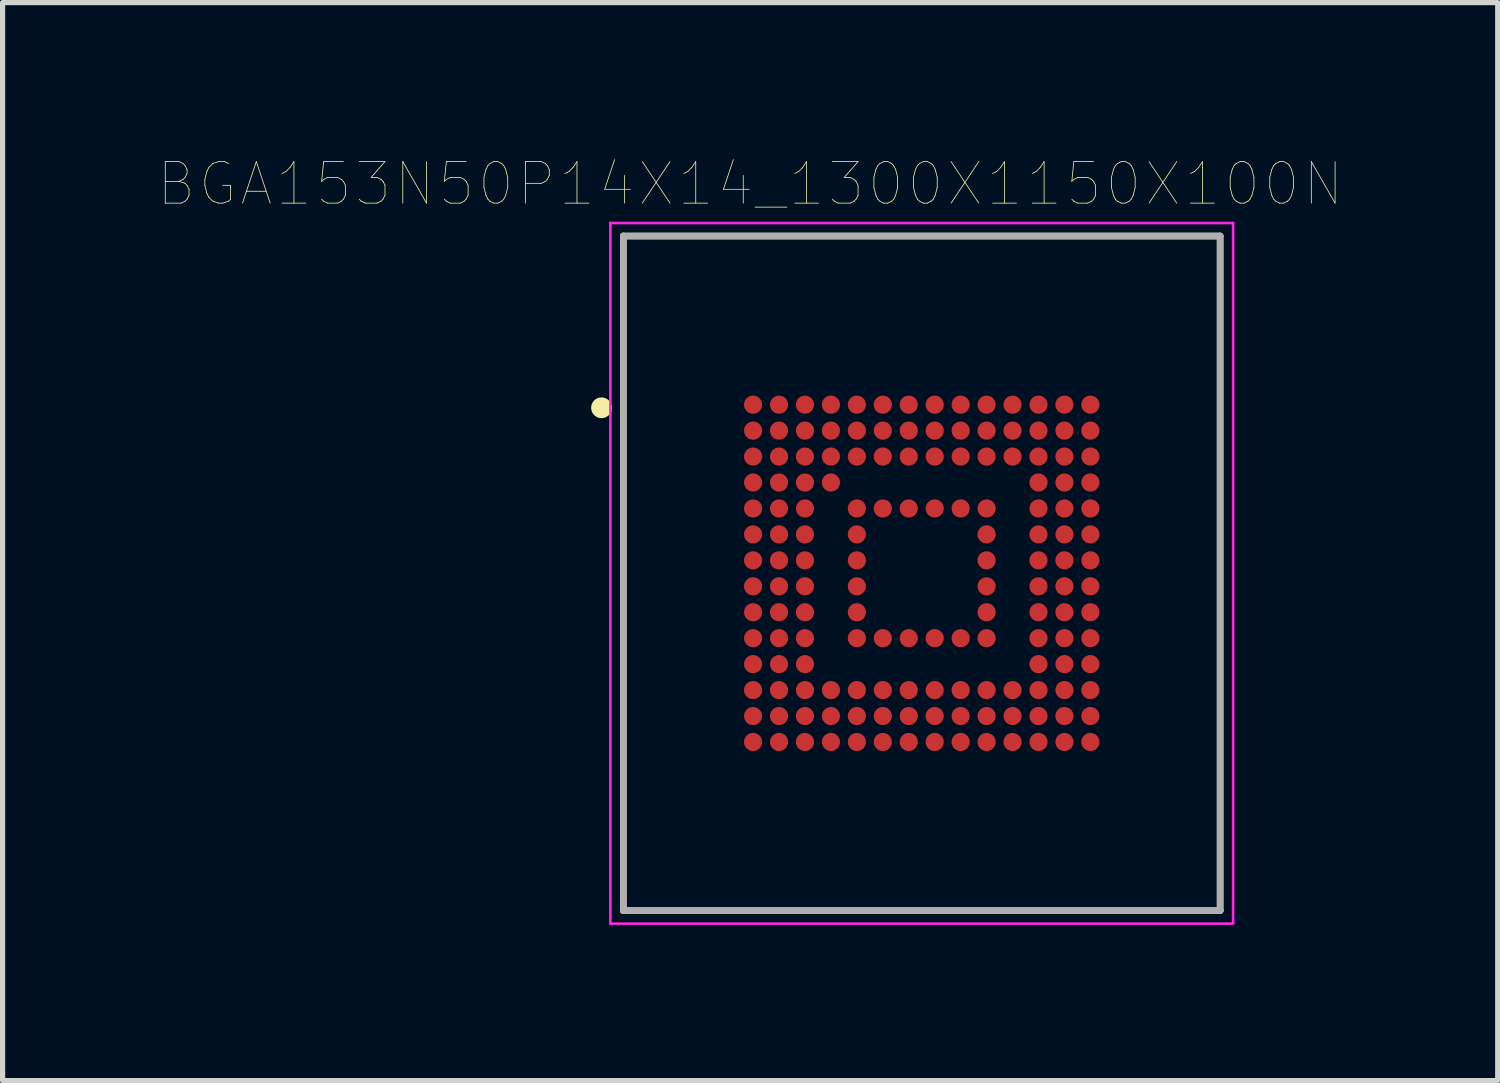
<source format=kicad_pcb>
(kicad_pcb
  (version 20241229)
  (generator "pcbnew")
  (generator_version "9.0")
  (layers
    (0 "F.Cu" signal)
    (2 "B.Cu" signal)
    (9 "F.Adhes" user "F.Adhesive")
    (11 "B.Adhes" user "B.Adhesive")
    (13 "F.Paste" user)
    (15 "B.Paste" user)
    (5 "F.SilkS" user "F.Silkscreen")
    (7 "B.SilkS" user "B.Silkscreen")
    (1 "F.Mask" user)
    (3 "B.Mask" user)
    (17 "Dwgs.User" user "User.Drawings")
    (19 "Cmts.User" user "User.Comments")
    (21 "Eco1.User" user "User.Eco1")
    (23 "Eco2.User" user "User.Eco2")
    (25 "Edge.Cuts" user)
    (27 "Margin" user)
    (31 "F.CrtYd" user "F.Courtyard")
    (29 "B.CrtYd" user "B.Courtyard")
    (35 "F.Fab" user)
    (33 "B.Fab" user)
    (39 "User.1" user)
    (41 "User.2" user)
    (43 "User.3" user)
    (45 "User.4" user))
  (footprint "BGA153N50P14X14_1300X1150X100N"
    (layer "F.Cu")
    (at 14.712 7.998)
    (property "Reference" "BGA153N50P14X14_1300X1150X100N" (at -3.306 -7.503 0) (layer "F.SilkS") (effects (font (size 0.801 0.801) (thickness 0.015))))
    (attr through_hole)
    (fp_line (start -5.75 -6.5) (end -5.75 6.5) (stroke (width 0.127) (type solid)) (layer "F.SilkS"))
    (fp_line (start -5.75 6.5) (end 5.75 6.5) (stroke (width 0.127) (type solid)) (layer "F.SilkS"))
    (fp_line (start 5.75 -6.5) (end -5.75 -6.5) (stroke (width 0.127) (type solid)) (layer "F.SilkS"))
    (fp_line (start 5.75 6.5) (end 5.75 -6.5) (stroke (width 0.127) (type solid)) (layer "F.SilkS"))
    (fp_circle (center -6.171 -3.19) (end -6.071 -3.19) (stroke (width 0.2) (type solid)) (fill no) (layer "F.SilkS"))
    (fp_line (start -6 -6.75) (end -6 6.75) (stroke (width 0.05) (type solid)) (layer "F.CrtYd"))
    (fp_line (start -6 6.75) (end 6 6.75) (stroke (width 0.05) (type solid)) (layer "F.CrtYd"))
    (fp_line (start 6 -6.75) (end -6 -6.75) (stroke (width 0.05) (type solid)) (layer "F.CrtYd"))
    (fp_line (start 6 6.75) (end 6 -6.75) (stroke (width 0.05) (type solid)) (layer "F.CrtYd"))
    (fp_line (start -5.75 -6.5) (end -5.75 6.5) (stroke (width 0.127) (type solid)) (layer "F.Fab"))
    (fp_line (start -5.75 6.5) (end 5.75 6.5) (stroke (width 0.127) (type solid)) (layer "F.Fab"))
    (fp_line (start 5.75 -6.5) (end -5.75 -6.5) (stroke (width 0.127) (type solid)) (layer "F.Fab"))
    (fp_line (start 5.75 6.5) (end 5.75 -6.5) (stroke (width 0.127) (type solid)) (layer "F.Fab"))
    (pad "A1" smd circle (at -3.25 -3.25) (size 0.35 0.35) (layers "F.Cu" "F.Mask" "F.Paste"))
    (pad "A2" smd circle (at -2.75 -3.25) (size 0.35 0.35) (layers "F.Cu" "F.Mask" "F.Paste"))
    (pad "A3" smd circle (at -2.25 -3.25) (size 0.35 0.35) (layers "F.Cu" "F.Mask" "F.Paste"))
    (pad "A4" smd circle (at -1.75 -3.25) (size 0.35 0.35) (layers "F.Cu" "F.Mask" "F.Paste"))
    (pad "A5" smd circle (at -1.25 -3.25) (size 0.35 0.35) (layers "F.Cu" "F.Mask" "F.Paste"))
    (pad "A6" smd circle (at -0.75 -3.25) (size 0.35 0.35) (layers "F.Cu" "F.Mask" "F.Paste"))
    (pad "A7" smd circle (at -0.25 -3.25) (size 0.35 0.35) (layers "F.Cu" "F.Mask" "F.Paste"))
    (pad "A8" smd circle (at 0.25 -3.25) (size 0.35 0.35) (layers "F.Cu" "F.Mask" "F.Paste"))
    (pad "A9" smd circle (at 0.75 -3.25) (size 0.35 0.35) (layers "F.Cu" "F.Mask" "F.Paste"))
    (pad "A10" smd circle (at 1.25 -3.25) (size 0.35 0.35) (layers "F.Cu" "F.Mask" "F.Paste"))
    (pad "A11" smd circle (at 1.75 -3.25) (size 0.35 0.35) (layers "F.Cu" "F.Mask" "F.Paste"))
    (pad "A12" smd circle (at 2.25 -3.25) (size 0.35 0.35) (layers "F.Cu" "F.Mask" "F.Paste"))
    (pad "A13" smd circle (at 2.75 -3.25) (size 0.35 0.35) (layers "F.Cu" "F.Mask" "F.Paste"))
    (pad "A14" smd circle (at 3.25 -3.25) (size 0.35 0.35) (layers "F.Cu" "F.Mask" "F.Paste"))
    (pad "B1" smd circle (at -3.25 -2.75) (size 0.35 0.35) (layers "F.Cu" "F.Mask" "F.Paste"))
    (pad "B2" smd circle (at -2.75 -2.75) (size 0.35 0.35) (layers "F.Cu" "F.Mask" "F.Paste"))
    (pad "B3" smd circle (at -2.25 -2.75) (size 0.35 0.35) (layers "F.Cu" "F.Mask" "F.Paste"))
    (pad "B4" smd circle (at -1.75 -2.75) (size 0.35 0.35) (layers "F.Cu" "F.Mask" "F.Paste"))
    (pad "B5" smd circle (at -1.25 -2.75) (size 0.35 0.35) (layers "F.Cu" "F.Mask" "F.Paste"))
    (pad "B6" smd circle (at -0.75 -2.75) (size 0.35 0.35) (layers "F.Cu" "F.Mask" "F.Paste"))
    (pad "B7" smd circle (at -0.25 -2.75) (size 0.35 0.35) (layers "F.Cu" "F.Mask" "F.Paste"))
    (pad "B8" smd circle (at 0.25 -2.75) (size 0.35 0.35) (layers "F.Cu" "F.Mask" "F.Paste"))
    (pad "B9" smd circle (at 0.75 -2.75) (size 0.35 0.35) (layers "F.Cu" "F.Mask" "F.Paste"))
    (pad "B10" smd circle (at 1.25 -2.75) (size 0.35 0.35) (layers "F.Cu" "F.Mask" "F.Paste"))
    (pad "B11" smd circle (at 1.75 -2.75) (size 0.35 0.35) (layers "F.Cu" "F.Mask" "F.Paste"))
    (pad "B12" smd circle (at 2.25 -2.75) (size 0.35 0.35) (layers "F.Cu" "F.Mask" "F.Paste"))
    (pad "B13" smd circle (at 2.75 -2.75) (size 0.35 0.35) (layers "F.Cu" "F.Mask" "F.Paste"))
    (pad "B14" smd circle (at 3.25 -2.75) (size 0.35 0.35) (layers "F.Cu" "F.Mask" "F.Paste"))
    (pad "C1" smd circle (at -3.25 -2.25) (size 0.35 0.35) (layers "F.Cu" "F.Mask" "F.Paste"))
    (pad "C2" smd circle (at -2.75 -2.25) (size 0.35 0.35) (layers "F.Cu" "F.Mask" "F.Paste"))
    (pad "C3" smd circle (at -2.25 -2.25) (size 0.35 0.35) (layers "F.Cu" "F.Mask" "F.Paste"))
    (pad "C4" smd circle (at -1.75 -2.25) (size 0.35 0.35) (layers "F.Cu" "F.Mask" "F.Paste"))
    (pad "C5" smd circle (at -1.25 -2.25) (size 0.35 0.35) (layers "F.Cu" "F.Mask" "F.Paste"))
    (pad "C6" smd circle (at -0.75 -2.25) (size 0.35 0.35) (layers "F.Cu" "F.Mask" "F.Paste"))
    (pad "C7" smd circle (at -0.25 -2.25) (size 0.35 0.35) (layers "F.Cu" "F.Mask" "F.Paste"))
    (pad "C8" smd circle (at 0.25 -2.25) (size 0.35 0.35) (layers "F.Cu" "F.Mask" "F.Paste"))
    (pad "C9" smd circle (at 0.75 -2.25) (size 0.35 0.35) (layers "F.Cu" "F.Mask" "F.Paste"))
    (pad "C10" smd circle (at 1.25 -2.25) (size 0.35 0.35) (layers "F.Cu" "F.Mask" "F.Paste"))
    (pad "C11" smd circle (at 1.75 -2.25) (size 0.35 0.35) (layers "F.Cu" "F.Mask" "F.Paste"))
    (pad "C12" smd circle (at 2.25 -2.25) (size 0.35 0.35) (layers "F.Cu" "F.Mask" "F.Paste"))
    (pad "C13" smd circle (at 2.75 -2.25) (size 0.35 0.35) (layers "F.Cu" "F.Mask" "F.Paste"))
    (pad "C14" smd circle (at 3.25 -2.25) (size 0.35 0.35) (layers "F.Cu" "F.Mask" "F.Paste"))
    (pad "D1" smd circle (at -3.25 -1.75) (size 0.35 0.35) (layers "F.Cu" "F.Mask" "F.Paste"))
    (pad "D2" smd circle (at -2.75 -1.75) (size 0.35 0.35) (layers "F.Cu" "F.Mask" "F.Paste"))
    (pad "D3" smd circle (at -2.25 -1.75) (size 0.35 0.35) (layers "F.Cu" "F.Mask" "F.Paste"))
    (pad "D4" smd circle (at -1.75 -1.75) (size 0.35 0.35) (layers "F.Cu" "F.Mask" "F.Paste"))
    (pad "D12" smd circle (at 2.25 -1.75) (size 0.35 0.35) (layers "F.Cu" "F.Mask" "F.Paste"))
    (pad "D13" smd circle (at 2.75 -1.75) (size 0.35 0.35) (layers "F.Cu" "F.Mask" "F.Paste"))
    (pad "D14" smd circle (at 3.25 -1.75) (size 0.35 0.35) (layers "F.Cu" "F.Mask" "F.Paste"))
    (pad "E1" smd circle (at -3.25 -1.25) (size 0.35 0.35) (layers "F.Cu" "F.Mask" "F.Paste"))
    (pad "E2" smd circle (at -2.75 -1.25) (size 0.35 0.35) (layers "F.Cu" "F.Mask" "F.Paste"))
    (pad "E3" smd circle (at -2.25 -1.25) (size 0.35 0.35) (layers "F.Cu" "F.Mask" "F.Paste"))
    (pad "E5" smd circle (at -1.25 -1.25) (size 0.35 0.35) (layers "F.Cu" "F.Mask" "F.Paste"))
    (pad "E6" smd circle (at -0.75 -1.25) (size 0.35 0.35) (layers "F.Cu" "F.Mask" "F.Paste"))
    (pad "E7" smd circle (at -0.25 -1.25) (size 0.35 0.35) (layers "F.Cu" "F.Mask" "F.Paste"))
    (pad "E8" smd circle (at 0.25 -1.25) (size 0.35 0.35) (layers "F.Cu" "F.Mask" "F.Paste"))
    (pad "E9" smd circle (at 0.75 -1.25) (size 0.35 0.35) (layers "F.Cu" "F.Mask" "F.Paste"))
    (pad "E10" smd circle (at 1.25 -1.25) (size 0.35 0.35) (layers "F.Cu" "F.Mask" "F.Paste"))
    (pad "E12" smd circle (at 2.25 -1.25) (size 0.35 0.35) (layers "F.Cu" "F.Mask" "F.Paste"))
    (pad "E13" smd circle (at 2.75 -1.25) (size 0.35 0.35) (layers "F.Cu" "F.Mask" "F.Paste"))
    (pad "E14" smd circle (at 3.25 -1.25) (size 0.35 0.35) (layers "F.Cu" "F.Mask" "F.Paste"))
    (pad "F1" smd circle (at -3.25 -0.75) (size 0.35 0.35) (layers "F.Cu" "F.Mask" "F.Paste"))
    (pad "F2" smd circle (at -2.75 -0.75) (size 0.35 0.35) (layers "F.Cu" "F.Mask" "F.Paste"))
    (pad "F3" smd circle (at -2.25 -0.75) (size 0.35 0.35) (layers "F.Cu" "F.Mask" "F.Paste"))
    (pad "F5" smd circle (at -1.25 -0.75) (size 0.35 0.35) (layers "F.Cu" "F.Mask" "F.Paste"))
    (pad "F10" smd circle (at 1.25 -0.75) (size 0.35 0.35) (layers "F.Cu" "F.Mask" "F.Paste"))
    (pad "F12" smd circle (at 2.25 -0.75) (size 0.35 0.35) (layers "F.Cu" "F.Mask" "F.Paste"))
    (pad "F13" smd circle (at 2.75 -0.75) (size 0.35 0.35) (layers "F.Cu" "F.Mask" "F.Paste"))
    (pad "F14" smd circle (at 3.25 -0.75) (size 0.35 0.35) (layers "F.Cu" "F.Mask" "F.Paste"))
    (pad "G1" smd circle (at -3.25 -0.25) (size 0.35 0.35) (layers "F.Cu" "F.Mask" "F.Paste"))
    (pad "G2" smd circle (at -2.75 -0.25) (size 0.35 0.35) (layers "F.Cu" "F.Mask" "F.Paste"))
    (pad "G3" smd circle (at -2.25 -0.25) (size 0.35 0.35) (layers "F.Cu" "F.Mask" "F.Paste"))
    (pad "G5" smd circle (at -1.25 -0.25) (size 0.35 0.35) (layers "F.Cu" "F.Mask" "F.Paste"))
    (pad "G10" smd circle (at 1.25 -0.25) (size 0.35 0.35) (layers "F.Cu" "F.Mask" "F.Paste"))
    (pad "G12" smd circle (at 2.25 -0.25) (size 0.35 0.35) (layers "F.Cu" "F.Mask" "F.Paste"))
    (pad "G13" smd circle (at 2.75 -0.25) (size 0.35 0.35) (layers "F.Cu" "F.Mask" "F.Paste"))
    (pad "G14" smd circle (at 3.25 -0.25) (size 0.35 0.35) (layers "F.Cu" "F.Mask" "F.Paste"))
    (pad "H1" smd circle (at -3.25 0.25) (size 0.35 0.35) (layers "F.Cu" "F.Mask" "F.Paste"))
    (pad "H2" smd circle (at -2.75 0.25) (size 0.35 0.35) (layers "F.Cu" "F.Mask" "F.Paste"))
    (pad "H3" smd circle (at -2.25 0.25) (size 0.35 0.35) (layers "F.Cu" "F.Mask" "F.Paste"))
    (pad "H5" smd circle (at -1.25 0.25) (size 0.35 0.35) (layers "F.Cu" "F.Mask" "F.Paste"))
    (pad "H10" smd circle (at 1.25 0.25) (size 0.35 0.35) (layers "F.Cu" "F.Mask" "F.Paste"))
    (pad "H12" smd circle (at 2.25 0.25) (size 0.35 0.35) (layers "F.Cu" "F.Mask" "F.Paste"))
    (pad "H13" smd circle (at 2.75 0.25) (size 0.35 0.35) (layers "F.Cu" "F.Mask" "F.Paste"))
    (pad "H14" smd circle (at 3.25 0.25) (size 0.35 0.35) (layers "F.Cu" "F.Mask" "F.Paste"))
    (pad "J1" smd circle (at -3.25 0.75) (size 0.35 0.35) (layers "F.Cu" "F.Mask" "F.Paste"))
    (pad "J2" smd circle (at -2.75 0.75) (size 0.35 0.35) (layers "F.Cu" "F.Mask" "F.Paste"))
    (pad "J3" smd circle (at -2.25 0.75) (size 0.35 0.35) (layers "F.Cu" "F.Mask" "F.Paste"))
    (pad "J5" smd circle (at -1.25 0.75) (size 0.35 0.35) (layers "F.Cu" "F.Mask" "F.Paste"))
    (pad "J10" smd circle (at 1.25 0.75) (size 0.35 0.35) (layers "F.Cu" "F.Mask" "F.Paste"))
    (pad "J12" smd circle (at 2.25 0.75) (size 0.35 0.35) (layers "F.Cu" "F.Mask" "F.Paste"))
    (pad "J13" smd circle (at 2.75 0.75) (size 0.35 0.35) (layers "F.Cu" "F.Mask" "F.Paste"))
    (pad "J14" smd circle (at 3.25 0.75) (size 0.35 0.35) (layers "F.Cu" "F.Mask" "F.Paste"))
    (pad "K1" smd circle (at -3.25 1.25) (size 0.35 0.35) (layers "F.Cu" "F.Mask" "F.Paste"))
    (pad "K2" smd circle (at -2.75 1.25) (size 0.35 0.35) (layers "F.Cu" "F.Mask" "F.Paste"))
    (pad "K3" smd circle (at -2.25 1.25) (size 0.35 0.35) (layers "F.Cu" "F.Mask" "F.Paste"))
    (pad "K5" smd circle (at -1.25 1.25) (size 0.35 0.35) (layers "F.Cu" "F.Mask" "F.Paste"))
    (pad "K6" smd circle (at -0.75 1.25) (size 0.35 0.35) (layers "F.Cu" "F.Mask" "F.Paste"))
    (pad "K7" smd circle (at -0.25 1.25) (size 0.35 0.35) (layers "F.Cu" "F.Mask" "F.Paste"))
    (pad "K8" smd circle (at 0.25 1.25) (size 0.35 0.35) (layers "F.Cu" "F.Mask" "F.Paste"))
    (pad "K9" smd circle (at 0.75 1.25) (size 0.35 0.35) (layers "F.Cu" "F.Mask" "F.Paste"))
    (pad "K10" smd circle (at 1.25 1.25) (size 0.35 0.35) (layers "F.Cu" "F.Mask" "F.Paste"))
    (pad "K12" smd circle (at 2.25 1.25) (size 0.35 0.35) (layers "F.Cu" "F.Mask" "F.Paste"))
    (pad "K13" smd circle (at 2.75 1.25) (size 0.35 0.35) (layers "F.Cu" "F.Mask" "F.Paste"))
    (pad "K14" smd circle (at 3.25 1.25) (size 0.35 0.35) (layers "F.Cu" "F.Mask" "F.Paste"))
    (pad "L1" smd circle (at -3.25 1.75) (size 0.35 0.35) (layers "F.Cu" "F.Mask" "F.Paste"))
    (pad "L2" smd circle (at -2.75 1.75) (size 0.35 0.35) (layers "F.Cu" "F.Mask" "F.Paste"))
    (pad "L3" smd circle (at -2.25 1.75) (size 0.35 0.35) (layers "F.Cu" "F.Mask" "F.Paste"))
    (pad "L12" smd circle (at 2.25 1.75) (size 0.35 0.35) (layers "F.Cu" "F.Mask" "F.Paste"))
    (pad "L13" smd circle (at 2.75 1.75) (size 0.35 0.35) (layers "F.Cu" "F.Mask" "F.Paste"))
    (pad "L14" smd circle (at 3.25 1.75) (size 0.35 0.35) (layers "F.Cu" "F.Mask" "F.Paste"))
    (pad "M1" smd circle (at -3.25 2.25) (size 0.35 0.35) (layers "F.Cu" "F.Mask" "F.Paste"))
    (pad "M2" smd circle (at -2.75 2.25) (size 0.35 0.35) (layers "F.Cu" "F.Mask" "F.Paste"))
    (pad "M3" smd circle (at -2.25 2.25) (size 0.35 0.35) (layers "F.Cu" "F.Mask" "F.Paste"))
    (pad "M4" smd circle (at -1.75 2.25) (size 0.35 0.35) (layers "F.Cu" "F.Mask" "F.Paste"))
    (pad "M5" smd circle (at -1.25 2.25) (size 0.35 0.35) (layers "F.Cu" "F.Mask" "F.Paste"))
    (pad "M6" smd circle (at -0.75 2.25) (size 0.35 0.35) (layers "F.Cu" "F.Mask" "F.Paste"))
    (pad "M7" smd circle (at -0.25 2.25) (size 0.35 0.35) (layers "F.Cu" "F.Mask" "F.Paste"))
    (pad "M8" smd circle (at 0.25 2.25) (size 0.35 0.35) (layers "F.Cu" "F.Mask" "F.Paste"))
    (pad "M9" smd circle (at 0.75 2.25) (size 0.35 0.35) (layers "F.Cu" "F.Mask" "F.Paste"))
    (pad "M10" smd circle (at 1.25 2.25) (size 0.35 0.35) (layers "F.Cu" "F.Mask" "F.Paste"))
    (pad "M11" smd circle (at 1.75 2.25) (size 0.35 0.35) (layers "F.Cu" "F.Mask" "F.Paste"))
    (pad "M12" smd circle (at 2.25 2.25) (size 0.35 0.35) (layers "F.Cu" "F.Mask" "F.Paste"))
    (pad "M13" smd circle (at 2.75 2.25) (size 0.35 0.35) (layers "F.Cu" "F.Mask" "F.Paste"))
    (pad "M14" smd circle (at 3.25 2.25) (size 0.35 0.35) (layers "F.Cu" "F.Mask" "F.Paste"))
    (pad "N1" smd circle (at -3.25 2.75) (size 0.35 0.35) (layers "F.Cu" "F.Mask" "F.Paste"))
    (pad "N2" smd circle (at -2.75 2.75) (size 0.35 0.35) (layers "F.Cu" "F.Mask" "F.Paste"))
    (pad "N3" smd circle (at -2.25 2.75) (size 0.35 0.35) (layers "F.Cu" "F.Mask" "F.Paste"))
    (pad "N4" smd circle (at -1.75 2.75) (size 0.35 0.35) (layers "F.Cu" "F.Mask" "F.Paste"))
    (pad "N5" smd circle (at -1.25 2.75) (size 0.35 0.35) (layers "F.Cu" "F.Mask" "F.Paste"))
    (pad "N6" smd circle (at -0.75 2.75) (size 0.35 0.35) (layers "F.Cu" "F.Mask" "F.Paste"))
    (pad "N7" smd circle (at -0.25 2.75) (size 0.35 0.35) (layers "F.Cu" "F.Mask" "F.Paste"))
    (pad "N8" smd circle (at 0.25 2.75) (size 0.35 0.35) (layers "F.Cu" "F.Mask" "F.Paste"))
    (pad "N9" smd circle (at 0.75 2.75) (size 0.35 0.35) (layers "F.Cu" "F.Mask" "F.Paste"))
    (pad "N10" smd circle (at 1.25 2.75) (size 0.35 0.35) (layers "F.Cu" "F.Mask" "F.Paste"))
    (pad "N11" smd circle (at 1.75 2.75) (size 0.35 0.35) (layers "F.Cu" "F.Mask" "F.Paste"))
    (pad "N12" smd circle (at 2.25 2.75) (size 0.35 0.35) (layers "F.Cu" "F.Mask" "F.Paste"))
    (pad "N13" smd circle (at 2.75 2.75) (size 0.35 0.35) (layers "F.Cu" "F.Mask" "F.Paste"))
    (pad "N14" smd circle (at 3.25 2.75) (size 0.35 0.35) (layers "F.Cu" "F.Mask" "F.Paste"))
    (pad "P1" smd circle (at -3.25 3.25) (size 0.35 0.35) (layers "F.Cu" "F.Mask" "F.Paste"))
    (pad "P2" smd circle (at -2.75 3.25) (size 0.35 0.35) (layers "F.Cu" "F.Mask" "F.Paste"))
    (pad "P3" smd circle (at -2.25 3.25) (size 0.35 0.35) (layers "F.Cu" "F.Mask" "F.Paste"))
    (pad "P4" smd circle (at -1.75 3.25) (size 0.35 0.35) (layers "F.Cu" "F.Mask" "F.Paste"))
    (pad "P5" smd circle (at -1.25 3.25) (size 0.35 0.35) (layers "F.Cu" "F.Mask" "F.Paste"))
    (pad "P6" smd circle (at -0.75 3.25) (size 0.35 0.35) (layers "F.Cu" "F.Mask" "F.Paste"))
    (pad "P7" smd circle (at -0.25 3.25) (size 0.35 0.35) (layers "F.Cu" "F.Mask" "F.Paste"))
    (pad "P8" smd circle (at 0.25 3.25) (size 0.35 0.35) (layers "F.Cu" "F.Mask" "F.Paste"))
    (pad "P9" smd circle (at 0.75 3.25) (size 0.35 0.35) (layers "F.Cu" "F.Mask" "F.Paste"))
    (pad "P10" smd circle (at 1.25 3.25) (size 0.35 0.35) (layers "F.Cu" "F.Mask" "F.Paste"))
    (pad "P11" smd circle (at 1.75 3.25) (size 0.35 0.35) (layers "F.Cu" "F.Mask" "F.Paste"))
    (pad "P12" smd circle (at 2.25 3.25) (size 0.35 0.35) (layers "F.Cu" "F.Mask" "F.Paste"))
    (pad "P13" smd circle (at 2.75 3.25) (size 0.35 0.35) (layers "F.Cu" "F.Mask" "F.Paste"))
    (pad "P14" smd circle (at 3.25 3.25) (size 0.35 0.35) (layers "F.Cu" "F.Mask" "F.Paste")))
  (gr_rect
    (start -3 -3)
    (end 25.811 17.773)
    (stroke (width 0.1) (type default))
    (fill no)
    (layer "Edge.Cuts")))
</source>
